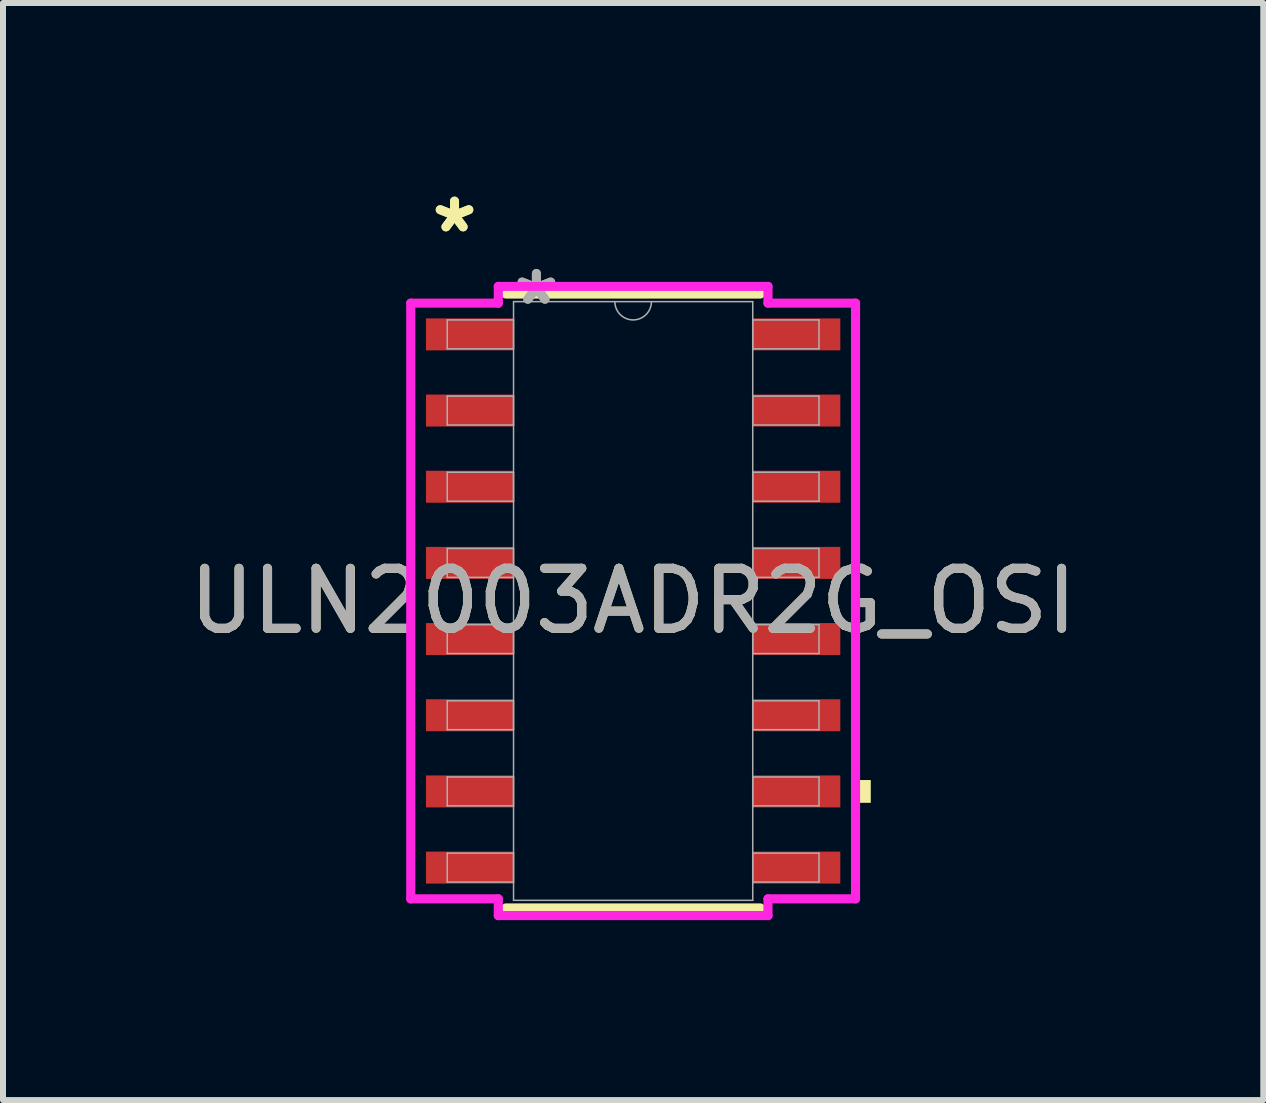
<source format=kicad_pcb>
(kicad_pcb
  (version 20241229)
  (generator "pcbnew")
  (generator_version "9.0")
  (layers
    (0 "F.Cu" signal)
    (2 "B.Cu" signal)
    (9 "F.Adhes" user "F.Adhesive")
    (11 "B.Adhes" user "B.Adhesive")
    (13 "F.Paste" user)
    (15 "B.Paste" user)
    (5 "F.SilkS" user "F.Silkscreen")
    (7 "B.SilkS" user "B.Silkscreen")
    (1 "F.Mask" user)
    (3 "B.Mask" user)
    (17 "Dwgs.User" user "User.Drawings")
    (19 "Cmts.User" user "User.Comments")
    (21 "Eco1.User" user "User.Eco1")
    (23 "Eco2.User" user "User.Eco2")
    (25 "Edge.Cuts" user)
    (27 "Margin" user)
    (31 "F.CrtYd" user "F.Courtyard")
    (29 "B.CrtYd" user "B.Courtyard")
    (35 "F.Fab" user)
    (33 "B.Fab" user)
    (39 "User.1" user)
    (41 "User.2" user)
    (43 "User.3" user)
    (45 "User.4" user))
  (footprint "ULN2003ADR2G_OSI"
    (layer "F.Cu")
    (at 7.506 6.97)
    (property "Reference" "ULN2003ADR2G_OSI" (at 0 0 0) (unlocked yes) (layer "F.SilkS") (effects (font (size 1 1) (thickness 0.15))))
    (attr smd)
    (fp_line (start -2.121 5.118) (end 2.121 5.118) (stroke (width 0.152) (type solid)) (layer "F.SilkS"))
    (fp_line (start 2.121 -5.118) (end -2.121 -5.118) (stroke (width 0.152) (type solid)) (layer "F.SilkS"))
    (fp_poly (pts (xy 3.962 2.985) (xy 3.962 3.365) (xy 3.708 3.365) (xy 3.708 2.985)) (stroke (width 0) (type solid)) (fill yes) (layer "F.SilkS"))
    (fp_line (start -3.708 -4.966) (end -2.248 -4.966) (stroke (width 0.152) (type solid)) (layer "F.CrtYd"))
    (fp_line (start -3.708 4.966) (end -3.708 -4.966) (stroke (width 0.152) (type solid)) (layer "F.CrtYd"))
    (fp_line (start -3.708 4.966) (end -2.248 4.966) (stroke (width 0.152) (type solid)) (layer "F.CrtYd"))
    (fp_line (start -2.248 -5.245) (end 2.248 -5.245) (stroke (width 0.152) (type solid)) (layer "F.CrtYd"))
    (fp_line (start -2.248 -4.966) (end -2.248 -5.245) (stroke (width 0.152) (type solid)) (layer "F.CrtYd"))
    (fp_line (start -2.248 5.245) (end -2.248 4.966) (stroke (width 0.152) (type solid)) (layer "F.CrtYd"))
    (fp_line (start 2.248 -5.245) (end 2.248 -4.966) (stroke (width 0.152) (type solid)) (layer "F.CrtYd"))
    (fp_line (start 2.248 4.966) (end 2.248 5.245) (stroke (width 0.152) (type solid)) (layer "F.CrtYd"))
    (fp_line (start 2.248 5.245) (end -2.248 5.245) (stroke (width 0.152) (type solid)) (layer "F.CrtYd"))
    (fp_line (start 3.708 -4.966) (end 2.248 -4.966) (stroke (width 0.152) (type solid)) (layer "F.CrtYd"))
    (fp_line (start 3.708 -4.966) (end 3.708 4.966) (stroke (width 0.152) (type solid)) (layer "F.CrtYd"))
    (fp_line (start 3.708 4.966) (end 2.248 4.966) (stroke (width 0.152) (type solid)) (layer "F.CrtYd"))
    (fp_line (start -3.099 -4.686) (end -3.099 -4.204) (stroke (width 0.025) (type solid)) (layer "F.Fab"))
    (fp_line (start -3.099 -4.204) (end -1.994 -4.204) (stroke (width 0.025) (type solid)) (layer "F.Fab"))
    (fp_line (start -3.099 -3.416) (end -3.099 -2.934) (stroke (width 0.025) (type solid)) (layer "F.Fab"))
    (fp_line (start -3.099 -2.934) (end -1.994 -2.934) (stroke (width 0.025) (type solid)) (layer "F.Fab"))
    (fp_line (start -3.099 -2.146) (end -3.099 -1.664) (stroke (width 0.025) (type solid)) (layer "F.Fab"))
    (fp_line (start -3.099 -1.664) (end -1.994 -1.664) (stroke (width 0.025) (type solid)) (layer "F.Fab"))
    (fp_line (start -3.099 -0.876) (end -3.099 -0.394) (stroke (width 0.025) (type solid)) (layer "F.Fab"))
    (fp_line (start -3.099 -0.394) (end -1.994 -0.394) (stroke (width 0.025) (type solid)) (layer "F.Fab"))
    (fp_line (start -3.099 0.394) (end -3.099 0.876) (stroke (width 0.025) (type solid)) (layer "F.Fab"))
    (fp_line (start -3.099 0.876) (end -1.994 0.876) (stroke (width 0.025) (type solid)) (layer "F.Fab"))
    (fp_line (start -3.099 1.664) (end -3.099 2.146) (stroke (width 0.025) (type solid)) (layer "F.Fab"))
    (fp_line (start -3.099 2.146) (end -1.994 2.146) (stroke (width 0.025) (type solid)) (layer "F.Fab"))
    (fp_line (start -3.099 2.934) (end -3.099 3.416) (stroke (width 0.025) (type solid)) (layer "F.Fab"))
    (fp_line (start -3.099 3.416) (end -1.994 3.416) (stroke (width 0.025) (type solid)) (layer "F.Fab"))
    (fp_line (start -3.099 4.204) (end -3.099 4.686) (stroke (width 0.025) (type solid)) (layer "F.Fab"))
    (fp_line (start -3.099 4.686) (end -1.994 4.686) (stroke (width 0.025) (type solid)) (layer "F.Fab"))
    (fp_line (start -1.994 -4.991) (end -1.994 4.991) (stroke (width 0.025) (type solid)) (layer "F.Fab"))
    (fp_line (start -1.994 -4.686) (end -3.099 -4.686) (stroke (width 0.025) (type solid)) (layer "F.Fab"))
    (fp_line (start -1.994 -4.204) (end -1.994 -4.686) (stroke (width 0.025) (type solid)) (layer "F.Fab"))
    (fp_line (start -1.994 -3.416) (end -3.099 -3.416) (stroke (width 0.025) (type solid)) (layer "F.Fab"))
    (fp_line (start -1.994 -2.934) (end -1.994 -3.416) (stroke (width 0.025) (type solid)) (layer "F.Fab"))
    (fp_line (start -1.994 -2.146) (end -3.099 -2.146) (stroke (width 0.025) (type solid)) (layer "F.Fab"))
    (fp_line (start -1.994 -1.664) (end -1.994 -2.146) (stroke (width 0.025) (type solid)) (layer "F.Fab"))
    (fp_line (start -1.994 -0.876) (end -3.099 -0.876) (stroke (width 0.025) (type solid)) (layer "F.Fab"))
    (fp_line (start -1.994 -0.394) (end -1.994 -0.876) (stroke (width 0.025) (type solid)) (layer "F.Fab"))
    (fp_line (start -1.994 0.394) (end -3.099 0.394) (stroke (width 0.025) (type solid)) (layer "F.Fab"))
    (fp_line (start -1.994 0.876) (end -1.994 0.394) (stroke (width 0.025) (type solid)) (layer "F.Fab"))
    (fp_line (start -1.994 1.664) (end -3.099 1.664) (stroke (width 0.025) (type solid)) (layer "F.Fab"))
    (fp_line (start -1.994 2.146) (end -1.994 1.664) (stroke (width 0.025) (type solid)) (layer "F.Fab"))
    (fp_line (start -1.994 2.934) (end -3.099 2.934) (stroke (width 0.025) (type solid)) (layer "F.Fab"))
    (fp_line (start -1.994 3.416) (end -1.994 2.934) (stroke (width 0.025) (type solid)) (layer "F.Fab"))
    (fp_line (start -1.994 4.204) (end -3.099 4.204) (stroke (width 0.025) (type solid)) (layer "F.Fab"))
    (fp_line (start -1.994 4.686) (end -1.994 4.204) (stroke (width 0.025) (type solid)) (layer "F.Fab"))
    (fp_line (start -1.994 4.991) (end 1.994 4.991) (stroke (width 0.025) (type solid)) (layer "F.Fab"))
    (fp_line (start 1.994 -4.991) (end -1.994 -4.991) (stroke (width 0.025) (type solid)) (layer "F.Fab"))
    (fp_line (start 1.994 -4.686) (end 1.994 -4.204) (stroke (width 0.025) (type solid)) (layer "F.Fab"))
    (fp_line (start 1.994 -4.204) (end 3.099 -4.204) (stroke (width 0.025) (type solid)) (layer "F.Fab"))
    (fp_line (start 1.994 -3.416) (end 1.994 -2.934) (stroke (width 0.025) (type solid)) (layer "F.Fab"))
    (fp_line (start 1.994 -2.934) (end 3.099 -2.934) (stroke (width 0.025) (type solid)) (layer "F.Fab"))
    (fp_line (start 1.994 -2.146) (end 1.994 -1.664) (stroke (width 0.025) (type solid)) (layer "F.Fab"))
    (fp_line (start 1.994 -1.664) (end 3.099 -1.664) (stroke (width 0.025) (type solid)) (layer "F.Fab"))
    (fp_line (start 1.994 -0.876) (end 1.994 -0.394) (stroke (width 0.025) (type solid)) (layer "F.Fab"))
    (fp_line (start 1.994 -0.394) (end 3.099 -0.394) (stroke (width 0.025) (type solid)) (layer "F.Fab"))
    (fp_line (start 1.994 0.394) (end 1.994 0.876) (stroke (width 0.025) (type solid)) (layer "F.Fab"))
    (fp_line (start 1.994 0.876) (end 3.099 0.876) (stroke (width 0.025) (type solid)) (layer "F.Fab"))
    (fp_line (start 1.994 1.664) (end 1.994 2.146) (stroke (width 0.025) (type solid)) (layer "F.Fab"))
    (fp_line (start 1.994 2.146) (end 3.099 2.146) (stroke (width 0.025) (type solid)) (layer "F.Fab"))
    (fp_line (start 1.994 2.934) (end 1.994 3.416) (stroke (width 0.025) (type solid)) (layer "F.Fab"))
    (fp_line (start 1.994 3.416) (end 3.099 3.416) (stroke (width 0.025) (type solid)) (layer "F.Fab"))
    (fp_line (start 1.994 4.204) (end 1.994 4.686) (stroke (width 0.025) (type solid)) (layer "F.Fab"))
    (fp_line (start 1.994 4.686) (end 3.099 4.686) (stroke (width 0.025) (type solid)) (layer "F.Fab"))
    (fp_line (start 1.994 4.991) (end 1.994 -4.991) (stroke (width 0.025) (type solid)) (layer "F.Fab"))
    (fp_line (start 3.099 -4.686) (end 1.994 -4.686) (stroke (width 0.025) (type solid)) (layer "F.Fab"))
    (fp_line (start 3.099 -4.204) (end 3.099 -4.686) (stroke (width 0.025) (type solid)) (layer "F.Fab"))
    (fp_line (start 3.099 -3.416) (end 1.994 -3.416) (stroke (width 0.025) (type solid)) (layer "F.Fab"))
    (fp_line (start 3.099 -2.934) (end 3.099 -3.416) (stroke (width 0.025) (type solid)) (layer "F.Fab"))
    (fp_line (start 3.099 -2.146) (end 1.994 -2.146) (stroke (width 0.025) (type solid)) (layer "F.Fab"))
    (fp_line (start 3.099 -1.664) (end 3.099 -2.146) (stroke (width 0.025) (type solid)) (layer "F.Fab"))
    (fp_line (start 3.099 -0.876) (end 1.994 -0.876) (stroke (width 0.025) (type solid)) (layer "F.Fab"))
    (fp_line (start 3.099 -0.394) (end 3.099 -0.876) (stroke (width 0.025) (type solid)) (layer "F.Fab"))
    (fp_line (start 3.099 0.394) (end 1.994 0.394) (stroke (width 0.025) (type solid)) (layer "F.Fab"))
    (fp_line (start 3.099 0.876) (end 3.099 0.394) (stroke (width 0.025) (type solid)) (layer "F.Fab"))
    (fp_line (start 3.099 1.664) (end 1.994 1.664) (stroke (width 0.025) (type solid)) (layer "F.Fab"))
    (fp_line (start 3.099 2.146) (end 3.099 1.664) (stroke (width 0.025) (type solid)) (layer "F.Fab"))
    (fp_line (start 3.099 2.934) (end 1.994 2.934) (stroke (width 0.025) (type solid)) (layer "F.Fab"))
    (fp_line (start 3.099 3.416) (end 3.099 2.934) (stroke (width 0.025) (type solid)) (layer "F.Fab"))
    (fp_line (start 3.099 4.204) (end 1.994 4.204) (stroke (width 0.025) (type solid)) (layer "F.Fab"))
    (fp_line (start 3.099 4.686) (end 3.099 4.204) (stroke (width 0.025) (type solid)) (layer "F.Fab"))
    (fp_arc (start 0.3048 -4.9911) (mid 0 -4.6863) (end -0.3048 -4.9911) (stroke (width 0.0254) (type solid)) (layer "F.Fab"))
    (fp_text user "*" (at -2.978 -6.121 0) (layer "F.SilkS") (effects (font (size 1 1) (thickness 0.15))))
    (fp_text user "*" (at -2.978 -6.121 0) (unlocked yes) (layer "F.SilkS") (effects (font (size 1 1) (thickness 0.15))))
    (fp_text user "${REFERENCE}" (at 0 0 0) (unlocked yes) (layer "F.Fab") (effects (font (size 1 1) (thickness 0.15))))
    (fp_text user "*" (at -1.613 -4.915 0) (layer "F.Fab") (effects (font (size 1 1) (thickness 0.15))))
    (fp_text user "*" (at -1.613 -4.915 0) (unlocked yes) (layer "F.Fab") (effects (font (size 1 1) (thickness 0.15))))
    (pad "1" smd rect (at -2.724 -4.445) (size 1.46 0.533) (layers "F.Cu" "F.Mask" "F.Paste"))
    (pad "2" smd rect (at -2.724 -3.175) (size 1.46 0.533) (layers "F.Cu" "F.Mask" "F.Paste"))
    (pad "3" smd rect (at -2.724 -1.905) (size 1.46 0.533) (layers "F.Cu" "F.Mask" "F.Paste"))
    (pad "4" smd rect (at -2.724 -0.635) (size 1.46 0.533) (layers "F.Cu" "F.Mask" "F.Paste"))
    (pad "5" smd rect (at -2.724 0.635) (size 1.46 0.533) (layers "F.Cu" "F.Mask" "F.Paste"))
    (pad "6" smd rect (at -2.724 1.905) (size 1.46 0.533) (layers "F.Cu" "F.Mask" "F.Paste"))
    (pad "7" smd rect (at -2.724 3.175) (size 1.46 0.533) (layers "F.Cu" "F.Mask" "F.Paste"))
    (pad "8" smd rect (at -2.724 4.445) (size 1.46 0.533) (layers "F.Cu" "F.Mask" "F.Paste"))
    (pad "9" smd rect (at 2.724 4.445) (size 1.46 0.533) (layers "F.Cu" "F.Mask" "F.Paste"))
    (pad "10" smd rect (at 2.724 3.175) (size 1.46 0.533) (layers "F.Cu" "F.Mask" "F.Paste"))
    (pad "11" smd rect (at 2.724 1.905) (size 1.46 0.533) (layers "F.Cu" "F.Mask" "F.Paste"))
    (pad "12" smd rect (at 2.724 0.635) (size 1.46 0.533) (layers "F.Cu" "F.Mask" "F.Paste"))
    (pad "13" smd rect (at 2.724 -0.635) (size 1.46 0.533) (layers "F.Cu" "F.Mask" "F.Paste"))
    (pad "14" smd rect (at 2.724 -1.905) (size 1.46 0.533) (layers "F.Cu" "F.Mask" "F.Paste"))
    (pad "15" smd rect (at 2.724 -3.175) (size 1.46 0.533) (layers "F.Cu" "F.Mask" "F.Paste"))
    (pad "16" smd rect (at 2.724 -4.445) (size 1.46 0.533) (layers "F.Cu" "F.Mask" "F.Paste")))
  (gr_rect
    (start -3 -3)
    (end 18.012 15.291)
    (stroke (width 0.1) (type default))
    (fill no)
    (layer "Edge.Cuts")))
</source>
